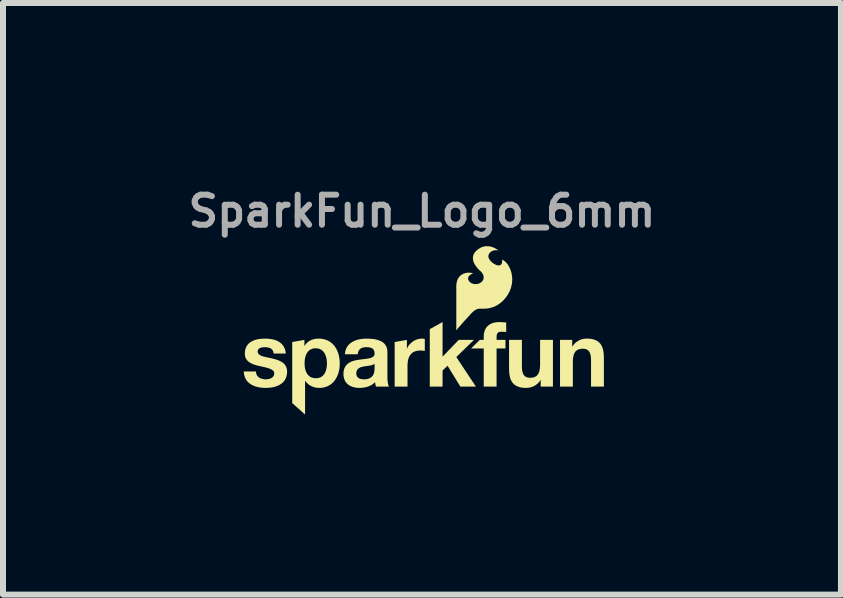
<source format=kicad_pcb>
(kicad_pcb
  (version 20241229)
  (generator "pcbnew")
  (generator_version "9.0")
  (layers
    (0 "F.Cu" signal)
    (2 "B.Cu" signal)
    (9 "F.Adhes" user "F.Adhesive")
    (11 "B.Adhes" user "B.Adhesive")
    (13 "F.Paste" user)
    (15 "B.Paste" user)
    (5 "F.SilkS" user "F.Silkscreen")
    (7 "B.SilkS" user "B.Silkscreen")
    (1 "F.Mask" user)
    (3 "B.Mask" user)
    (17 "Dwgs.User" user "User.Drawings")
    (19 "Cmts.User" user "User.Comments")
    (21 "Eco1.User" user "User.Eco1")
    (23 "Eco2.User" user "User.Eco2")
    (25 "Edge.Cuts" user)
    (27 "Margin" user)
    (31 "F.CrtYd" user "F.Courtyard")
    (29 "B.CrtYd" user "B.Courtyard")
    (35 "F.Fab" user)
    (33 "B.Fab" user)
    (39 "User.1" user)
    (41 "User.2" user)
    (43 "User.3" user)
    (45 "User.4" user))
  (footprint "SparkFun_Logo_6mm"
    (layer "F.Cu")
    (at 3.981 3.008)
    (property "Reference" "SparkFun_Logo_6mm" (at 0 -2.54 0) (layer "F.Fab") (effects (font (size 0.5 0.5) (thickness 0.1))))
    (attr board_only exclude_from_pos_files exclude_from_bom)
    (fp_poly (pts (xy 0.343 -0.115) (xy 0.613 -0.395) (xy 0.866 -0.395) (xy 0.572 -0.109) (xy 0.899 0.384) (xy 0.64 0.384) (xy 0.426 0.036) (xy 0.343 0.116) (xy 0.343 0.384) (xy 0.13 0.384) (xy 0.13 -0.574) (xy 0.343 -0.692)) (stroke (width 0) (type solid)) (fill yes) (layer "F.SilkS"))
    (fp_poly (pts (xy 0.003 -0.416) (xy 0.006 -0.416) (xy 0.009 -0.416) (xy 0.012 -0.415) (xy 0.018 -0.415) (xy 0.024 -0.414) (xy 0.03 -0.413) (xy 0.036 -0.411) (xy 0.041 -0.41) (xy 0.047 -0.408) (xy 0.047 -0.21) (xy 0.039 -0.211) (xy 0.03 -0.213) (xy 0.021 -0.214) (xy 0.011 -0.215) (xy 0.000415 -0.216) (xy -0.01 -0.217) (xy -0.02 -0.217) (xy -0.03 -0.217) (xy -0.045 -0.217) (xy -0.058 -0.216) (xy -0.072 -0.214) (xy -0.084 -0.212) (xy -0.097 -0.209) (xy -0.108 -0.206) (xy -0.119 -0.202) (xy -0.13 -0.198) (xy -0.14 -0.193) (xy -0.149 -0.187) (xy -0.158 -0.181) (xy -0.166 -0.175) (xy -0.174 -0.168) (xy -0.181 -0.16) (xy -0.188 -0.152) (xy -0.195 -0.144) (xy -0.201 -0.135) (xy -0.206 -0.126) (xy -0.211 -0.117) (xy -0.216 -0.107) (xy -0.22 -0.097) (xy -0.224 -0.086) (xy -0.227 -0.076) (xy -0.23 -0.065) (xy -0.233 -0.053) (xy -0.235 -0.042) (xy -0.238 -0.018) (xy -0.24 0.007) (xy -0.241 0.033) (xy -0.241 0.384) (xy -0.455 0.384) (xy -0.455 -0.359) (xy -0.251 -0.395) (xy -0.251 -0.25) (xy -0.249 -0.25) (xy -0.245 -0.259) (xy -0.24 -0.268) (xy -0.236 -0.277) (xy -0.231 -0.285) (xy -0.225 -0.294) (xy -0.22 -0.302) (xy -0.214 -0.31) (xy -0.208 -0.317) (xy -0.201 -0.325) (xy -0.194 -0.332) (xy -0.187 -0.339) (xy -0.18 -0.346) (xy -0.173 -0.352) (xy -0.165 -0.358) (xy -0.157 -0.364) (xy -0.149 -0.37) (xy -0.141 -0.375) (xy -0.132 -0.38) (xy -0.124 -0.385) (xy -0.115 -0.389) (xy -0.106 -0.393) (xy -0.097 -0.397) (xy -0.088 -0.401) (xy -0.078 -0.404) (xy -0.069 -0.407) (xy -0.059 -0.409) (xy -0.049 -0.411) (xy -0.04 -0.413) (xy -0.03 -0.414) (xy -0.02 -0.415) (xy -0.01 -0.416) (xy 0.000041 -0.416)) (stroke (width 0) (type solid)) (fill yes) (layer "F.SilkS"))
    (fp_poly (pts (xy 1.304 -0.691) (xy 1.319 -0.691) (xy 1.333 -0.69) (xy 1.347 -0.689) (xy 1.375 -0.687) (xy 1.389 -0.686) (xy 1.403 -0.686) (xy 1.403 -0.526) (xy 1.393 -0.527) (xy 1.384 -0.528) (xy 1.374 -0.529) (xy 1.364 -0.529) (xy 1.354 -0.53) (xy 1.344 -0.53) (xy 1.334 -0.53) (xy 1.325 -0.531) (xy 1.314 -0.53) (xy 1.309 -0.53) (xy 1.304 -0.529) (xy 1.3 -0.529) (xy 1.295 -0.528) (xy 1.291 -0.527) (xy 1.287 -0.526) (xy 1.283 -0.524) (xy 1.28 -0.523) (xy 1.276 -0.521) (xy 1.273 -0.519) (xy 1.27 -0.517) (xy 1.267 -0.515) (xy 1.265 -0.513) (xy 1.262 -0.51) (xy 1.26 -0.508) (xy 1.257 -0.505) (xy 1.255 -0.502) (xy 1.254 -0.498) (xy 1.252 -0.495) (xy 1.25 -0.491) (xy 1.249 -0.487) (xy 1.248 -0.483) (xy 1.247 -0.478) (xy 1.246 -0.474) (xy 1.245 -0.469) (xy 1.244 -0.464) (xy 1.244 -0.453) (xy 1.243 -0.442) (xy 1.243 -0.395) (xy 1.391 -0.395) (xy 1.391 -0.252) (xy 1.243 -0.252) (xy 1.243 0.384) (xy 1.029 0.384) (xy 1.029 -0.252) (xy 0.818 -0.252) (xy 0.964 -0.395) (xy 1.029 -0.395) (xy 1.029 -0.455) (xy 1.03 -0.468) (xy 1.03 -0.481) (xy 1.032 -0.493) (xy 1.033 -0.505) (xy 1.036 -0.517) (xy 1.039 -0.528) (xy 1.042 -0.54) (xy 1.046 -0.551) (xy 1.05 -0.561) (xy 1.055 -0.571) (xy 1.06 -0.581) (xy 1.066 -0.591) (xy 1.072 -0.6) (xy 1.079 -0.609) (xy 1.086 -0.617) (xy 1.094 -0.625) (xy 1.103 -0.633) (xy 1.112 -0.64) (xy 1.121 -0.647) (xy 1.131 -0.653) (xy 1.141 -0.659) (xy 1.152 -0.665) (xy 1.164 -0.67) (xy 1.176 -0.674) (xy 1.188 -0.678) (xy 1.201 -0.682) (xy 1.215 -0.685) (xy 1.229 -0.687) (xy 1.243 -0.689) (xy 1.258 -0.691) (xy 1.274 -0.691) (xy 1.29 -0.692)) (stroke (width 0) (type solid)) (fill yes) (layer "F.SilkS"))
    (fp_poly (pts (xy 1.665 0.045) (xy 1.665 0.068) (xy 1.667 0.09) (xy 1.669 0.11) (xy 1.672 0.129) (xy 1.677 0.146) (xy 1.682 0.162) (xy 1.685 0.169) (xy 1.688 0.176) (xy 1.692 0.183) (xy 1.696 0.189) (xy 1.7 0.194) (xy 1.704 0.2) (xy 1.709 0.205) (xy 1.714 0.21) (xy 1.72 0.214) (xy 1.726 0.218) (xy 1.732 0.221) (xy 1.738 0.224) (xy 1.745 0.227) (xy 1.752 0.23) (xy 1.759 0.232) (xy 1.767 0.233) (xy 1.775 0.235) (xy 1.784 0.236) (xy 1.793 0.236) (xy 1.802 0.236) (xy 1.813 0.236) (xy 1.823 0.236) (xy 1.833 0.235) (xy 1.842 0.233) (xy 1.852 0.231) (xy 1.86 0.229) (xy 1.869 0.227) (xy 1.877 0.224) (xy 1.885 0.22) (xy 1.892 0.216) (xy 1.899 0.212) (xy 1.905 0.207) (xy 1.912 0.202) (xy 1.918 0.197) (xy 1.923 0.191) (xy 1.928 0.184) (xy 1.933 0.177) (xy 1.938 0.17) (xy 1.942 0.162) (xy 1.946 0.153) (xy 1.949 0.145) (xy 1.953 0.135) (xy 1.956 0.125) (xy 1.958 0.115) (xy 1.96 0.104) (xy 1.962 0.093) (xy 1.964 0.081) (xy 1.965 0.068) (xy 1.966 0.055) (xy 1.967 0.042) (xy 1.968 0.013) (xy 1.968 -0.395) (xy 2.182 -0.395) (xy 2.182 0.384) (xy 1.978 0.384) (xy 1.978 0.275) (xy 1.974 0.275) (xy 1.969 0.284) (xy 1.963 0.292) (xy 1.958 0.299) (xy 1.952 0.307) (xy 1.946 0.314) (xy 1.939 0.32) (xy 1.933 0.327) (xy 1.926 0.333) (xy 1.92 0.339) (xy 1.913 0.345) (xy 1.906 0.35) (xy 1.899 0.356) (xy 1.884 0.365) (xy 1.868 0.374) (xy 1.853 0.381) (xy 1.837 0.387) (xy 1.82 0.393) (xy 1.803 0.397) (xy 1.787 0.401) (xy 1.77 0.403) (xy 1.753 0.405) (xy 1.736 0.405) (xy 1.715 0.405) (xy 1.695 0.404) (xy 1.676 0.402) (xy 1.658 0.399) (xy 1.641 0.396) (xy 1.625 0.392) (xy 1.61 0.387) (xy 1.595 0.382) (xy 1.582 0.376) (xy 1.569 0.369) (xy 1.557 0.362) (xy 1.546 0.354) (xy 1.535 0.346) (xy 1.525 0.337) (xy 1.516 0.327) (xy 1.508 0.317) (xy 1.5 0.306) (xy 1.493 0.295) (xy 1.487 0.283) (xy 1.481 0.271) (xy 1.476 0.258) (xy 1.471 0.244) (xy 1.467 0.23) (xy 1.464 0.216) (xy 1.458 0.185) (xy 1.454 0.153) (xy 1.452 0.12) (xy 1.451 0.084) (xy 1.451 -0.395) (xy 1.665 -0.395)) (stroke (width 0) (type solid)) (fill yes) (layer "F.SilkS"))
    (fp_poly (pts (xy 2.767 -0.416) (xy 2.787 -0.414) (xy 2.805 -0.413) (xy 2.823 -0.41) (xy 2.84 -0.407) (xy 2.857 -0.403) (xy 2.872 -0.398) (xy 2.886 -0.393) (xy 2.9 -0.387) (xy 2.913 -0.38) (xy 2.925 -0.373) (xy 2.936 -0.365) (xy 2.946 -0.357) (xy 2.956 -0.348) (xy 2.965 -0.338) (xy 2.974 -0.328) (xy 2.981 -0.317) (xy 2.988 -0.306) (xy 2.995 -0.294) (xy 3 -0.281) (xy 3.006 -0.268) (xy 3.01 -0.255) (xy 3.015 -0.241) (xy 3.018 -0.227) (xy 3.024 -0.196) (xy 3.028 -0.164) (xy 3.03 -0.13) (xy 3.031 -0.095) (xy 3.031 0.384) (xy 2.817 0.384) (xy 2.817 -0.056) (xy 2.816 -0.079) (xy 2.815 -0.101) (xy 2.813 -0.121) (xy 2.809 -0.14) (xy 2.805 -0.157) (xy 2.8 -0.173) (xy 2.797 -0.18) (xy 2.793 -0.187) (xy 2.79 -0.193) (xy 2.786 -0.2) (xy 2.782 -0.205) (xy 2.777 -0.211) (xy 2.772 -0.216) (xy 2.767 -0.22) (xy 2.762 -0.225) (xy 2.756 -0.229) (xy 2.75 -0.232) (xy 2.743 -0.235) (xy 2.737 -0.238) (xy 2.73 -0.241) (xy 2.722 -0.243) (xy 2.714 -0.244) (xy 2.706 -0.246) (xy 2.698 -0.246) (xy 2.689 -0.247) (xy 2.68 -0.247) (xy 2.669 -0.247) (xy 2.659 -0.246) (xy 2.649 -0.245) (xy 2.639 -0.244) (xy 2.63 -0.242) (xy 2.621 -0.24) (xy 2.613 -0.238) (xy 2.605 -0.235) (xy 2.597 -0.231) (xy 2.59 -0.227) (xy 2.583 -0.223) (xy 2.576 -0.218) (xy 2.57 -0.213) (xy 2.564 -0.208) (xy 2.558 -0.202) (xy 2.553 -0.195) (xy 2.548 -0.188) (xy 2.544 -0.181) (xy 2.54 -0.173) (xy 2.536 -0.164) (xy 2.532 -0.155) (xy 2.529 -0.146) (xy 2.526 -0.136) (xy 2.524 -0.126) (xy 2.521 -0.115) (xy 2.519 -0.104) (xy 2.518 -0.092) (xy 2.516 -0.079) (xy 2.515 -0.066) (xy 2.515 -0.053) (xy 2.514 -0.024) (xy 2.514 0.384) (xy 2.3 0.384) (xy 2.3 -0.395) (xy 2.503 -0.395) (xy 2.503 -0.286) (xy 2.508 -0.286) (xy 2.513 -0.295) (xy 2.518 -0.302) (xy 2.524 -0.31) (xy 2.53 -0.317) (xy 2.536 -0.325) (xy 2.542 -0.331) (xy 2.549 -0.338) (xy 2.555 -0.344) (xy 2.562 -0.35) (xy 2.569 -0.356) (xy 2.576 -0.361) (xy 2.583 -0.366) (xy 2.598 -0.376) (xy 2.613 -0.384) (xy 2.629 -0.392) (xy 2.645 -0.398) (xy 2.661 -0.404) (xy 2.678 -0.408) (xy 2.695 -0.412) (xy 2.712 -0.414) (xy 2.729 -0.415) (xy 2.746 -0.416)) (stroke (width 0) (type solid)) (fill yes) (layer "F.SilkS"))
    (fp_poly (pts (xy -1.701 -0.415) (xy -1.68 -0.414) (xy -1.659 -0.411) (xy -1.639 -0.407) (xy -1.619 -0.402) (xy -1.601 -0.396) (xy -1.583 -0.389) (xy -1.566 -0.382) (xy -1.549 -0.373) (xy -1.534 -0.363) (xy -1.519 -0.353) (xy -1.505 -0.342) (xy -1.491 -0.33) (xy -1.479 -0.317) (xy -1.467 -0.304) (xy -1.455 -0.29) (xy -1.445 -0.275) (xy -1.435 -0.259) (xy -1.426 -0.243) (xy -1.418 -0.227) (xy -1.41 -0.21) (xy -1.403 -0.192) (xy -1.396 -0.174) (xy -1.391 -0.156) (xy -1.386 -0.137) (xy -1.382 -0.118) (xy -1.375 -0.079) (xy -1.371 -0.038) (xy -1.37 0.003) (xy -1.371 0.042) (xy -1.375 0.08) (xy -1.382 0.117) (xy -1.391 0.153) (xy -1.403 0.188) (xy -1.418 0.222) (xy -1.426 0.237) (xy -1.435 0.253) (xy -1.445 0.268) (xy -1.455 0.282) (xy -1.466 0.296) (xy -1.478 0.309) (xy -1.49 0.321) (xy -1.503 0.333) (xy -1.517 0.344) (xy -1.531 0.354) (xy -1.546 0.363) (xy -1.562 0.372) (xy -1.578 0.379) (xy -1.595 0.386) (xy -1.613 0.392) (xy -1.631 0.396) (xy -1.65 0.4) (xy -1.67 0.403) (xy -1.691 0.405) (xy -1.712 0.405) (xy -1.73 0.405) (xy -1.747 0.403) (xy -1.764 0.401) (xy -1.781 0.398) (xy -1.797 0.393) (xy -1.814 0.388) (xy -1.829 0.382) (xy -1.844 0.375) (xy -1.859 0.367) (xy -1.873 0.359) (xy -1.887 0.349) (xy -1.9 0.338) (xy -1.912 0.327) (xy -1.924 0.315) (xy -1.935 0.302) (xy -1.945 0.288) (xy -1.948 0.288) (xy -1.948 0.849) (xy -2.162 0.658) (xy -2.162 -0.003) (xy -1.956 -0.003) (xy -1.955 0.02) (xy -1.954 0.044) (xy -1.951 0.067) (xy -1.946 0.089) (xy -1.941 0.11) (xy -1.933 0.131) (xy -1.925 0.15) (xy -1.92 0.159) (xy -1.915 0.168) (xy -1.909 0.176) (xy -1.903 0.184) (xy -1.896 0.192) (xy -1.889 0.199) (xy -1.882 0.206) (xy -1.874 0.212) (xy -1.866 0.218) (xy -1.857 0.223) (xy -1.848 0.228) (xy -1.838 0.232) (xy -1.828 0.235) (xy -1.817 0.238) (xy -1.806 0.241) (xy -1.794 0.242) (xy -1.782 0.243) (xy -1.769 0.244) (xy -1.756 0.243) (xy -1.744 0.242) (xy -1.732 0.241) (xy -1.721 0.238) (xy -1.71 0.235) (xy -1.7 0.232) (xy -1.69 0.228) (xy -1.681 0.223) (xy -1.672 0.218) (xy -1.664 0.212) (xy -1.656 0.206) (xy -1.649 0.199) (xy -1.642 0.192) (xy -1.636 0.184) (xy -1.63 0.176) (xy -1.624 0.168) (xy -1.619 0.159) (xy -1.614 0.15) (xy -1.61 0.14) (xy -1.606 0.131) (xy -1.602 0.121) (xy -1.599 0.11) (xy -1.596 0.1) (xy -1.593 0.089) (xy -1.589 0.067) (xy -1.586 0.044) (xy -1.584 0.02) (xy -1.584 -0.003) (xy -1.584 -0.027) (xy -1.586 -0.05) (xy -1.589 -0.073) (xy -1.594 -0.095) (xy -1.6 -0.117) (xy -1.607 -0.138) (xy -1.616 -0.157) (xy -1.62 -0.167) (xy -1.626 -0.176) (xy -1.632 -0.185) (xy -1.638 -0.193) (xy -1.644 -0.201) (xy -1.651 -0.208) (xy -1.659 -0.215) (xy -1.666 -0.222) (xy -1.675 -0.228) (xy -1.684 -0.233) (xy -1.693 -0.238) (xy -1.702 -0.242) (xy -1.713 -0.246) (xy -1.723 -0.249) (xy -1.734 -0.252) (xy -1.746 -0.253) (xy -1.758 -0.254) (xy -1.771 -0.255) (xy -1.783 -0.254) (xy -1.796 -0.253) (xy -1.807 -0.252) (xy -1.819 -0.249) (xy -1.829 -0.246) (xy -1.84 -0.242) (xy -1.849 -0.238) (xy -1.859 -0.233) (xy -1.867 -0.228) (xy -1.876 -0.222) (xy -1.883 -0.215) (xy -1.891 -0.208) (xy -1.898 -0.201) (xy -1.904 -0.193) (xy -1.91 -0.185) (xy -1.916 -0.176) (xy -1.921 -0.167) (xy -1.926 -0.158) (xy -1.93 -0.148) (xy -1.934 -0.138) (xy -1.938 -0.128) (xy -1.941 -0.118) (xy -1.944 -0.107) (xy -1.947 -0.096) (xy -1.951 -0.073) (xy -1.954 -0.05) (xy -1.955 -0.027) (xy -1.956 -0.003) (xy -2.162 -0.003) (xy -2.162 -0.359) (xy -1.959 -0.395) (xy -1.959 -0.295) (xy -1.956 -0.295) (xy -1.951 -0.303) (xy -1.946 -0.311) (xy -1.94 -0.318) (xy -1.935 -0.325) (xy -1.929 -0.332) (xy -1.923 -0.338) (xy -1.917 -0.344) (xy -1.911 -0.35) (xy -1.905 -0.355) (xy -1.898 -0.361) (xy -1.891 -0.366) (xy -1.885 -0.371) (xy -1.878 -0.375) (xy -1.871 -0.38) (xy -1.864 -0.384) (xy -1.856 -0.387) (xy -1.849 -0.391) (xy -1.841 -0.394) (xy -1.826 -0.4) (xy -1.81 -0.405) (xy -1.793 -0.409) (xy -1.777 -0.412) (xy -1.759 -0.414) (xy -1.742 -0.415) (xy -1.724 -0.416)) (stroke (width 0) (type solid)) (fill yes) (layer "F.SilkS"))
    (fp_poly (pts (xy -0.889 -0.415) (xy -0.859 -0.414) (xy -0.829 -0.411) (xy -0.799 -0.408) (xy -0.77 -0.402) (xy -0.742 -0.395) (xy -0.715 -0.386) (xy -0.689 -0.375) (xy -0.677 -0.369) (xy -0.665 -0.362) (xy -0.654 -0.355) (xy -0.643 -0.347) (xy -0.633 -0.338) (xy -0.624 -0.329) (xy -0.616 -0.319) (xy -0.608 -0.308) (xy -0.601 -0.297) (xy -0.594 -0.284) (xy -0.589 -0.271) (xy -0.584 -0.258) (xy -0.581 -0.243) (xy -0.578 -0.228) (xy -0.577 -0.212) (xy -0.576 -0.195) (xy -0.576 0.211) (xy -0.576 0.237) (xy -0.575 0.263) (xy -0.573 0.288) (xy -0.57 0.312) (xy -0.568 0.323) (xy -0.566 0.334) (xy -0.564 0.344) (xy -0.561 0.354) (xy -0.559 0.362) (xy -0.556 0.37) (xy -0.552 0.378) (xy -0.549 0.384) (xy -0.766 0.384) (xy -0.769 0.375) (xy -0.771 0.366) (xy -0.774 0.356) (xy -0.776 0.347) (xy -0.778 0.337) (xy -0.779 0.328) (xy -0.78 0.318) (xy -0.781 0.309) (xy -0.794 0.322) (xy -0.808 0.333) (xy -0.822 0.344) (xy -0.837 0.354) (xy -0.852 0.363) (xy -0.868 0.37) (xy -0.885 0.377) (xy -0.901 0.384) (xy -0.918 0.389) (xy -0.936 0.393) (xy -0.953 0.397) (xy -0.971 0.4) (xy -0.989 0.402) (xy -1.007 0.404) (xy -1.025 0.405) (xy -1.043 0.405) (xy -1.071 0.404) (xy -1.097 0.402) (xy -1.123 0.397) (xy -1.148 0.391) (xy -1.159 0.387) (xy -1.171 0.383) (xy -1.182 0.378) (xy -1.193 0.373) (xy -1.203 0.368) (xy -1.213 0.362) (xy -1.222 0.355) (xy -1.232 0.348) (xy -1.24 0.341) (xy -1.249 0.333) (xy -1.256 0.325) (xy -1.264 0.316) (xy -1.271 0.306) (xy -1.277 0.297) (xy -1.283 0.286) (xy -1.288 0.275) (xy -1.292 0.264) (xy -1.297 0.252) (xy -1.3 0.24) (xy -1.303 0.227) (xy -1.305 0.214) (xy -1.307 0.2) (xy -1.308 0.186) (xy -1.308 0.172) (xy -1.308 0.163) (xy -1.094 0.163) (xy -1.094 0.17) (xy -1.094 0.177) (xy -1.093 0.183) (xy -1.092 0.189) (xy -1.09 0.195) (xy -1.088 0.201) (xy -1.086 0.206) (xy -1.084 0.211) (xy -1.081 0.216) (xy -1.078 0.22) (xy -1.075 0.225) (xy -1.071 0.228) (xy -1.067 0.232) (xy -1.063 0.236) (xy -1.059 0.239) (xy -1.055 0.242) (xy -1.05 0.244) (xy -1.045 0.247) (xy -1.04 0.249) (xy -1.035 0.251) (xy -1.03 0.253) (xy -1.024 0.255) (xy -1.019 0.256) (xy -1.013 0.257) (xy -1.001 0.26) (xy -0.989 0.261) (xy -0.976 0.262) (xy -0.963 0.262) (xy -0.948 0.262) (xy -0.934 0.261) (xy -0.92 0.259) (xy -0.908 0.256) (xy -0.896 0.253) (xy -0.885 0.25) (xy -0.875 0.245) (xy -0.866 0.241) (xy -0.857 0.236) (xy -0.849 0.23) (xy -0.842 0.224) (xy -0.835 0.218) (xy -0.829 0.211) (xy -0.823 0.205) (xy -0.818 0.198) (xy -0.814 0.19) (xy -0.81 0.183) (xy -0.806 0.176) (xy -0.803 0.168) (xy -0.801 0.161) (xy -0.797 0.146) (xy -0.794 0.131) (xy -0.792 0.117) (xy -0.791 0.104) (xy -0.79 0.083) (xy -0.79 0.003) (xy -0.794 0.006) (xy -0.797 0.008) (xy -0.801 0.011) (xy -0.805 0.013) (xy -0.814 0.018) (xy -0.824 0.022) (xy -0.834 0.025) (xy -0.845 0.028) (xy -0.856 0.031) (xy -0.868 0.033) (xy -0.968 0.048) (xy -0.98 0.051) (xy -0.992 0.053) (xy -1.004 0.056) (xy -1.016 0.06) (xy -1.027 0.064) (xy -1.037 0.069) (xy -1.047 0.074) (xy -1.051 0.077) (xy -1.056 0.08) (xy -1.06 0.084) (xy -1.064 0.087) (xy -1.068 0.091) (xy -1.072 0.095) (xy -1.075 0.099) (xy -1.078 0.104) (xy -1.081 0.108) (xy -1.084 0.113) (xy -1.086 0.119) (xy -1.088 0.124) (xy -1.09 0.13) (xy -1.092 0.136) (xy -1.093 0.142) (xy -1.094 0.149) (xy -1.094 0.155) (xy -1.094 0.163) (xy -1.308 0.163) (xy -1.306 0.14) (xy -1.302 0.111) (xy -1.295 0.086) (xy -1.285 0.063) (xy -1.273 0.042) (xy -1.259 0.024) (xy -1.243 0.008) (xy -1.225 -0.006) (xy -1.206 -0.018) (xy -1.185 -0.029) (xy -1.163 -0.038) (xy -1.141 -0.045) (xy -1.117 -0.052) (xy -1.093 -0.057) (xy -1.045 -0.065) (xy -0.949 -0.077) (xy -0.906 -0.083) (xy -0.867 -0.09) (xy -0.85 -0.095) (xy -0.834 -0.102) (xy -0.821 -0.109) (xy -0.81 -0.117) (xy -0.801 -0.127) (xy -0.794 -0.139) (xy -0.791 -0.152) (xy -0.79 -0.167) (xy -0.79 -0.176) (xy -0.791 -0.183) (xy -0.792 -0.191) (xy -0.793 -0.198) (xy -0.794 -0.204) (xy -0.796 -0.211) (xy -0.799 -0.216) (xy -0.801 -0.222) (xy -0.804 -0.227) (xy -0.807 -0.232) (xy -0.81 -0.236) (xy -0.814 -0.24) (xy -0.818 -0.244) (xy -0.822 -0.248) (xy -0.826 -0.251) (xy -0.831 -0.254) (xy -0.836 -0.257) (xy -0.841 -0.259) (xy -0.846 -0.261) (xy -0.852 -0.263) (xy -0.857 -0.265) (xy -0.863 -0.267) (xy -0.869 -0.268) (xy -0.875 -0.269) (xy -0.888 -0.271) (xy -0.901 -0.272) (xy -0.915 -0.273) (xy -0.929 -0.273) (xy -0.944 -0.273) (xy -0.958 -0.271) (xy -0.972 -0.269) (xy -0.985 -0.266) (xy -0.991 -0.265) (xy -0.997 -0.263) (xy -1.002 -0.26) (xy -1.008 -0.258) (xy -1.013 -0.255) (xy -1.018 -0.252) (xy -1.023 -0.249) (xy -1.028 -0.246) (xy -1.032 -0.242) (xy -1.036 -0.238) (xy -1.04 -0.234) (xy -1.044 -0.23) (xy -1.047 -0.225) (xy -1.051 -0.22) (xy -1.054 -0.215) (xy -1.057 -0.209) (xy -1.059 -0.203) (xy -1.061 -0.197) (xy -1.064 -0.191) (xy -1.065 -0.185) (xy -1.067 -0.178) (xy -1.068 -0.17) (xy -1.069 -0.163) (xy -1.07 -0.155) (xy -1.284 -0.155) (xy -1.283 -0.174) (xy -1.28 -0.191) (xy -1.277 -0.208) (xy -1.272 -0.224) (xy -1.267 -0.239) (xy -1.261 -0.253) (xy -1.254 -0.267) (xy -1.247 -0.28) (xy -1.238 -0.292) (xy -1.229 -0.304) (xy -1.22 -0.315) (xy -1.209 -0.325) (xy -1.198 -0.335) (xy -1.187 -0.344) (xy -1.175 -0.352) (xy -1.162 -0.36) (xy -1.149 -0.367) (xy -1.136 -0.374) (xy -1.122 -0.38) (xy -1.108 -0.386) (xy -1.093 -0.391) (xy -1.078 -0.396) (xy -1.063 -0.4) (xy -1.047 -0.403) (xy -1.016 -0.409) (xy -0.984 -0.413) (xy -0.951 -0.415) (xy -0.918 -0.416)) (stroke (width 0) (type solid)) (fill yes) (layer "F.SilkS"))
    (fp_poly (pts (xy -2.581 -0.415) (xy -2.55 -0.413) (xy -2.519 -0.409) (xy -2.49 -0.404) (xy -2.461 -0.397) (xy -2.434 -0.388) (xy -2.408 -0.377) (xy -2.396 -0.37) (xy -2.384 -0.363) (xy -2.372 -0.356) (xy -2.361 -0.348) (xy -2.35 -0.339) (xy -2.34 -0.33) (xy -2.331 -0.32) (xy -2.322 -0.31) (xy -2.314 -0.299) (xy -2.306 -0.287) (xy -2.299 -0.274) (xy -2.292 -0.261) (xy -2.287 -0.248) (xy -2.281 -0.233) (xy -2.277 -0.218) (xy -2.274 -0.202) (xy -2.271 -0.185) (xy -2.269 -0.167) (xy -2.472 -0.167) (xy -2.473 -0.175) (xy -2.474 -0.182) (xy -2.475 -0.189) (xy -2.477 -0.196) (xy -2.479 -0.202) (xy -2.481 -0.208) (xy -2.484 -0.213) (xy -2.487 -0.219) (xy -2.49 -0.224) (xy -2.493 -0.229) (xy -2.497 -0.233) (xy -2.501 -0.237) (xy -2.505 -0.241) (xy -2.509 -0.245) (xy -2.514 -0.248) (xy -2.519 -0.251) (xy -2.524 -0.254) (xy -2.529 -0.257) (xy -2.534 -0.259) (xy -2.54 -0.261) (xy -2.546 -0.263) (xy -2.552 -0.265) (xy -2.558 -0.267) (xy -2.564 -0.268) (xy -2.577 -0.27) (xy -2.59 -0.272) (xy -2.604 -0.273) (xy -2.618 -0.273) (xy -2.628 -0.273) (xy -2.637 -0.272) (xy -2.647 -0.272) (xy -2.657 -0.271) (xy -2.667 -0.269) (xy -2.677 -0.267) (xy -2.687 -0.264) (xy -2.696 -0.261) (xy -2.7 -0.259) (xy -2.705 -0.257) (xy -2.709 -0.254) (xy -2.713 -0.252) (xy -2.716 -0.249) (xy -2.72 -0.246) (xy -2.723 -0.243) (xy -2.726 -0.239) (xy -2.728 -0.235) (xy -2.731 -0.231) (xy -2.733 -0.227) (xy -2.734 -0.222) (xy -2.736 -0.217) (xy -2.737 -0.212) (xy -2.737 -0.206) (xy -2.738 -0.2) (xy -2.737 -0.193) (xy -2.736 -0.187) (xy -2.734 -0.181) (xy -2.732 -0.175) (xy -2.729 -0.169) (xy -2.725 -0.164) (xy -2.721 -0.159) (xy -2.717 -0.154) (xy -2.711 -0.15) (xy -2.706 -0.145) (xy -2.699 -0.141) (xy -2.693 -0.138) (xy -2.685 -0.134) (xy -2.678 -0.131) (xy -2.67 -0.127) (xy -2.661 -0.124) (xy -2.644 -0.119) (xy -2.625 -0.114) (xy -2.605 -0.109) (xy -2.584 -0.104) (xy -2.54 -0.095) (xy -2.517 -0.09) (xy -2.495 -0.085) (xy -2.471 -0.079) (xy -2.448 -0.073) (xy -2.426 -0.066) (xy -2.404 -0.059) (xy -2.382 -0.05) (xy -2.362 -0.041) (xy -2.342 -0.03) (xy -2.324 -0.019) (xy -2.316 -0.012) (xy -2.308 -0.006) (xy -2.3 0.001) (xy -2.293 0.009) (xy -2.286 0.017) (xy -2.28 0.025) (xy -2.274 0.034) (xy -2.269 0.043) (xy -2.264 0.052) (xy -2.26 0.063) (xy -2.256 0.073) (xy -2.253 0.084) (xy -2.251 0.096) (xy -2.249 0.108) (xy -2.248 0.121) (xy -2.248 0.134) (xy -2.248 0.153) (xy -2.25 0.171) (xy -2.252 0.188) (xy -2.256 0.204) (xy -2.26 0.22) (xy -2.265 0.235) (xy -2.272 0.249) (xy -2.279 0.263) (xy -2.286 0.276) (xy -2.295 0.288) (xy -2.304 0.299) (xy -2.314 0.31) (xy -2.324 0.32) (xy -2.336 0.329) (xy -2.347 0.338) (xy -2.36 0.346) (xy -2.372 0.354) (xy -2.386 0.361) (xy -2.399 0.367) (xy -2.413 0.373) (xy -2.428 0.379) (xy -2.443 0.384) (xy -2.458 0.388) (xy -2.473 0.392) (xy -2.505 0.398) (xy -2.538 0.402) (xy -2.57 0.404) (xy -2.603 0.405) (xy -2.637 0.404) (xy -2.671 0.402) (xy -2.704 0.398) (xy -2.736 0.391) (xy -2.767 0.383) (xy -2.797 0.373) (xy -2.825 0.36) (xy -2.838 0.353) (xy -2.851 0.345) (xy -2.864 0.337) (xy -2.876 0.328) (xy -2.887 0.319) (xy -2.898 0.308) (xy -2.908 0.298) (xy -2.918 0.286) (xy -2.926 0.274) (xy -2.934 0.261) (xy -2.942 0.247) (xy -2.948 0.233) (xy -2.954 0.218) (xy -2.959 0.202) (xy -2.963 0.185) (xy -2.966 0.168) (xy -2.968 0.15) (xy -2.969 0.131) (xy -2.766 0.131) (xy -2.766 0.139) (xy -2.765 0.148) (xy -2.764 0.155) (xy -2.762 0.163) (xy -2.76 0.17) (xy -2.758 0.177) (xy -2.755 0.184) (xy -2.752 0.19) (xy -2.749 0.196) (xy -2.745 0.202) (xy -2.741 0.208) (xy -2.736 0.213) (xy -2.731 0.218) (xy -2.726 0.222) (xy -2.721 0.227) (xy -2.715 0.231) (xy -2.709 0.235) (xy -2.703 0.238) (xy -2.697 0.242) (xy -2.69 0.245) (xy -2.684 0.248) (xy -2.677 0.25) (xy -2.67 0.252) (xy -2.662 0.254) (xy -2.655 0.256) (xy -2.648 0.258) (xy -2.633 0.26) (xy -2.617 0.262) (xy -2.602 0.262) (xy -2.59 0.262) (xy -2.579 0.261) (xy -2.567 0.259) (xy -2.555 0.257) (xy -2.543 0.254) (xy -2.531 0.25) (xy -2.52 0.246) (xy -2.509 0.241) (xy -2.504 0.238) (xy -2.499 0.234) (xy -2.495 0.231) (xy -2.49 0.227) (xy -2.486 0.223) (xy -2.482 0.219) (xy -2.478 0.215) (xy -2.475 0.21) (xy -2.472 0.205) (xy -2.469 0.2) (xy -2.467 0.194) (xy -2.465 0.189) (xy -2.464 0.183) (xy -2.463 0.176) (xy -2.462 0.17) (xy -2.462 0.163) (xy -2.462 0.157) (xy -2.463 0.151) (xy -2.464 0.145) (xy -2.466 0.14) (xy -2.468 0.135) (xy -2.471 0.13) (xy -2.474 0.125) (xy -2.478 0.121) (xy -2.483 0.117) (xy -2.487 0.112) (xy -2.493 0.108) (xy -2.498 0.104) (xy -2.505 0.101) (xy -2.511 0.097) (xy -2.518 0.093) (xy -2.526 0.09) (xy -2.534 0.087) (xy -2.542 0.083) (xy -2.551 0.08) (xy -2.561 0.077) (xy -2.581 0.071) (xy -2.602 0.065) (xy -2.625 0.059) (xy -2.65 0.054) (xy -2.677 0.048) (xy -2.704 0.042) (xy -2.751 0.031) (xy -2.774 0.024) (xy -2.796 0.017) (xy -2.817 0.009) (xy -2.837 0.000259) (xy -2.857 -0.01) (xy -2.875 -0.021) (xy -2.883 -0.027) (xy -2.891 -0.033) (xy -2.899 -0.04) (xy -2.906 -0.047) (xy -2.913 -0.054) (xy -2.919 -0.062) (xy -2.925 -0.07) (xy -2.93 -0.079) (xy -2.935 -0.088) (xy -2.939 -0.098) (xy -2.943 -0.108) (xy -2.946 -0.118) (xy -2.948 -0.129) (xy -2.95 -0.141) (xy -2.951 -0.153) (xy -2.951 -0.166) (xy -2.951 -0.184) (xy -2.949 -0.201) (xy -2.947 -0.218) (xy -2.944 -0.234) (xy -2.939 -0.249) (xy -2.934 -0.263) (xy -2.929 -0.276) (xy -2.922 -0.289) (xy -2.915 -0.301) (xy -2.906 -0.312) (xy -2.898 -0.322) (xy -2.888 -0.332) (xy -2.878 -0.342) (xy -2.868 -0.35) (xy -2.856 -0.358) (xy -2.845 -0.365) (xy -2.832 -0.372) (xy -2.82 -0.378) (xy -2.807 -0.384) (xy -2.793 -0.389) (xy -2.779 -0.394) (xy -2.765 -0.398) (xy -2.751 -0.402) (xy -2.736 -0.405) (xy -2.706 -0.41) (xy -2.675 -0.413) (xy -2.644 -0.415) (xy -2.612 -0.416)) (stroke (width 0) (type solid)) (fill yes) (layer "F.SilkS"))
    (fp_poly (pts (xy 1.095 -1.956) (xy 1.108 -1.955) (xy 1.122 -1.953) (xy 1.135 -1.951) (xy 1.148 -1.948) (xy 1.16 -1.945) (xy 1.172 -1.941) (xy 1.183 -1.937) (xy 1.194 -1.933) (xy 1.204 -1.928) (xy 1.214 -1.923) (xy 1.231 -1.914) (xy 1.246 -1.905) (xy 1.258 -1.897) (xy 1.266 -1.89) (xy 1.274 -1.885) (xy 1.27 -1.885) (xy 1.259 -1.887) (xy 1.252 -1.888) (xy 1.243 -1.889) (xy 1.233 -1.889) (xy 1.223 -1.888) (xy 1.212 -1.888) (xy 1.201 -1.886) (xy 1.189 -1.883) (xy 1.183 -1.881) (xy 1.177 -1.879) (xy 1.172 -1.877) (xy 1.166 -1.874) (xy 1.16 -1.871) (xy 1.155 -1.867) (xy 1.149 -1.864) (xy 1.144 -1.859) (xy 1.139 -1.855) (xy 1.134 -1.85) (xy 1.128 -1.842) (xy 1.122 -1.835) (xy 1.118 -1.828) (xy 1.114 -1.82) (xy 1.112 -1.817) (xy 1.111 -1.813) (xy 1.109 -1.809) (xy 1.108 -1.805) (xy 1.107 -1.801) (xy 1.107 -1.797) (xy 1.107 -1.793) (xy 1.106 -1.789) (xy 1.106 -1.785) (xy 1.107 -1.78) (xy 1.107 -1.776) (xy 1.108 -1.772) (xy 1.109 -1.767) (xy 1.11 -1.763) (xy 1.112 -1.759) (xy 1.114 -1.754) (xy 1.116 -1.75) (xy 1.118 -1.745) (xy 1.121 -1.74) (xy 1.124 -1.735) (xy 1.127 -1.731) (xy 1.13 -1.726) (xy 1.138 -1.716) (xy 1.145 -1.708) (xy 1.153 -1.699) (xy 1.161 -1.692) (xy 1.171 -1.684) (xy 1.18 -1.676) (xy 1.19 -1.669) (xy 1.2 -1.663) (xy 1.21 -1.657) (xy 1.221 -1.651) (xy 1.231 -1.646) (xy 1.242 -1.642) (xy 1.252 -1.639) (xy 1.262 -1.637) (xy 1.267 -1.636) (xy 1.271 -1.636) (xy 1.276 -1.635) (xy 1.281 -1.635) (xy 1.285 -1.636) (xy 1.289 -1.636) (xy 1.295 -1.637) (xy 1.3 -1.639) (xy 1.305 -1.641) (xy 1.309 -1.644) (xy 1.313 -1.646) (xy 1.317 -1.649) (xy 1.32 -1.653) (xy 1.323 -1.656) (xy 1.325 -1.66) (xy 1.327 -1.664) (xy 1.329 -1.667) (xy 1.331 -1.672) (xy 1.332 -1.676) (xy 1.333 -1.68) (xy 1.334 -1.684) (xy 1.335 -1.688) (xy 1.335 -1.697) (xy 1.336 -1.705) (xy 1.335 -1.712) (xy 1.335 -1.719) (xy 1.334 -1.724) (xy 1.333 -1.728) (xy 1.333 -1.732) (xy 1.344 -1.727) (xy 1.356 -1.721) (xy 1.368 -1.714) (xy 1.379 -1.705) (xy 1.402 -1.684) (xy 1.424 -1.658) (xy 1.444 -1.628) (xy 1.462 -1.593) (xy 1.477 -1.556) (xy 1.49 -1.515) (xy 1.498 -1.471) (xy 1.501 -1.449) (xy 1.503 -1.425) (xy 1.504 -1.402) (xy 1.503 -1.378) (xy 1.501 -1.353) (xy 1.498 -1.329) (xy 1.493 -1.304) (xy 1.487 -1.279) (xy 1.48 -1.254) (xy 1.47 -1.228) (xy 1.46 -1.203) (xy 1.447 -1.178) (xy 1.433 -1.153) (xy 1.416 -1.128) (xy 1.398 -1.102) (xy 1.378 -1.078) (xy 1.358 -1.055) (xy 1.336 -1.034) (xy 1.313 -1.014) (xy 1.289 -0.996) (xy 1.264 -0.98) (xy 1.238 -0.965) (xy 1.211 -0.951) (xy 1.182 -0.94) (xy 1.152 -0.931) (xy 1.122 -0.923) (xy 1.089 -0.918) (xy 1.056 -0.915) (xy 1.021 -0.914) (xy 0.986 -0.915) (xy 0.976 -0.915) (xy 0.967 -0.915) (xy 0.958 -0.915) (xy 0.95 -0.914) (xy 0.941 -0.913) (xy 0.933 -0.911) (xy 0.925 -0.909) (xy 0.918 -0.907) (xy 0.91 -0.904) (xy 0.903 -0.9) (xy 0.895 -0.897) (xy 0.888 -0.892) (xy 0.874 -0.883) (xy 0.86 -0.872) (xy 0.847 -0.86) (xy 0.833 -0.847) (xy 0.818 -0.832) (xy 0.804 -0.816) (xy 0.737 -0.743) (xy 0.704 -0.708) (xy 0.674 -0.673) (xy 0.646 -0.641) (xy 0.621 -0.613) (xy 0.6 -0.589) (xy 0.585 -0.57) (xy 0.572 -0.554) (xy 0.572 -1.26) (xy 0.571 -1.274) (xy 0.572 -1.287) (xy 0.572 -1.3) (xy 0.573 -1.313) (xy 0.574 -1.325) (xy 0.576 -1.336) (xy 0.577 -1.347) (xy 0.58 -1.358) (xy 0.582 -1.368) (xy 0.585 -1.378) (xy 0.588 -1.387) (xy 0.591 -1.396) (xy 0.595 -1.404) (xy 0.599 -1.412) (xy 0.603 -1.42) (xy 0.607 -1.427) (xy 0.612 -1.434) (xy 0.616 -1.44) (xy 0.621 -1.446) (xy 0.627 -1.452) (xy 0.632 -1.458) (xy 0.638 -1.463) (xy 0.643 -1.468) (xy 0.649 -1.473) (xy 0.655 -1.477) (xy 0.661 -1.481) (xy 0.668 -1.485) (xy 0.674 -1.488) (xy 0.687 -1.495) (xy 0.701 -1.501) (xy 0.709 -1.503) (xy 0.716 -1.506) (xy 0.724 -1.508) (xy 0.731 -1.51) (xy 0.738 -1.511) (xy 0.745 -1.512) (xy 0.752 -1.513) (xy 0.759 -1.514) (xy 0.766 -1.515) (xy 0.772 -1.515) (xy 0.779 -1.515) (xy 0.785 -1.515) (xy 0.791 -1.515) (xy 0.797 -1.514) (xy 0.807 -1.513) (xy 0.817 -1.512) (xy 0.826 -1.51) (xy 0.834 -1.509) (xy 0.84 -1.507) (xy 0.846 -1.506) (xy 0.849 -1.504) (xy 0.853 -1.503) (xy 0.843 -1.499) (xy 0.832 -1.494) (xy 0.826 -1.491) (xy 0.82 -1.488) (xy 0.813 -1.484) (xy 0.807 -1.48) (xy 0.8 -1.475) (xy 0.794 -1.47) (xy 0.788 -1.464) (xy 0.785 -1.461) (xy 0.783 -1.458) (xy 0.78 -1.455) (xy 0.778 -1.452) (xy 0.776 -1.449) (xy 0.774 -1.446) (xy 0.773 -1.442) (xy 0.771 -1.438) (xy 0.77 -1.433) (xy 0.769 -1.429) (xy 0.769 -1.425) (xy 0.769 -1.42) (xy 0.769 -1.416) (xy 0.769 -1.411) (xy 0.77 -1.406) (xy 0.771 -1.402) (xy 0.773 -1.397) (xy 0.775 -1.392) (xy 0.777 -1.388) (xy 0.779 -1.383) (xy 0.782 -1.379) (xy 0.785 -1.374) (xy 0.788 -1.37) (xy 0.791 -1.366) (xy 0.795 -1.361) (xy 0.799 -1.357) (xy 0.804 -1.354) (xy 0.809 -1.35) (xy 0.814 -1.346) (xy 0.819 -1.343) (xy 0.825 -1.34) (xy 0.831 -1.337) (xy 0.837 -1.335) (xy 0.844 -1.332) (xy 0.851 -1.33) (xy 0.858 -1.328) (xy 0.865 -1.327) (xy 0.873 -1.326) (xy 0.885 -1.325) (xy 0.896 -1.324) (xy 0.907 -1.325) (xy 0.918 -1.326) (xy 0.928 -1.328) (xy 0.938 -1.33) (xy 0.948 -1.334) (xy 0.958 -1.337) (xy 0.967 -1.342) (xy 0.975 -1.347) (xy 0.983 -1.352) (xy 0.991 -1.358) (xy 0.997 -1.365) (xy 1.004 -1.372) (xy 1.009 -1.379) (xy 1.014 -1.387) (xy 1.019 -1.395) (xy 1.022 -1.403) (xy 1.025 -1.412) (xy 1.027 -1.421) (xy 1.028 -1.431) (xy 1.028 -1.44) (xy 1.027 -1.45) (xy 1.025 -1.46) (xy 1.022 -1.47) (xy 1.018 -1.48) (xy 1.013 -1.491) (xy 1.007 -1.501) (xy 1 -1.512) (xy 0.992 -1.522) (xy 0.982 -1.533) (xy 0.972 -1.543) (xy 0.947 -1.566) (xy 0.925 -1.59) (xy 0.915 -1.602) (xy 0.906 -1.614) (xy 0.897 -1.626) (xy 0.889 -1.638) (xy 0.881 -1.65) (xy 0.875 -1.662) (xy 0.869 -1.674) (xy 0.863 -1.686) (xy 0.859 -1.698) (xy 0.855 -1.71) (xy 0.852 -1.722) (xy 0.85 -1.734) (xy 0.849 -1.746) (xy 0.849 -1.758) (xy 0.849 -1.769) (xy 0.85 -1.781) (xy 0.853 -1.793) (xy 0.856 -1.804) (xy 0.86 -1.815) (xy 0.865 -1.827) (xy 0.871 -1.838) (xy 0.878 -1.849) (xy 0.886 -1.859) (xy 0.896 -1.87) (xy 0.906 -1.88) (xy 0.917 -1.89) (xy 0.93 -1.9) (xy 0.943 -1.91) (xy 0.959 -1.92) (xy 0.975 -1.929) (xy 0.99 -1.937) (xy 1.006 -1.943) (xy 1.021 -1.947) (xy 1.036 -1.951) (xy 1.051 -1.954) (xy 1.066 -1.955) (xy 1.08 -1.956)) (stroke (width 0) (type solid)) (fill yes) (layer "F.SilkS")))
  (gr_rect
    (start -3 -3)
    (end 10.962 6.857)
    (stroke (width 0.1) (type default))
    (fill no)
    (layer "Edge.Cuts")))
</source>
